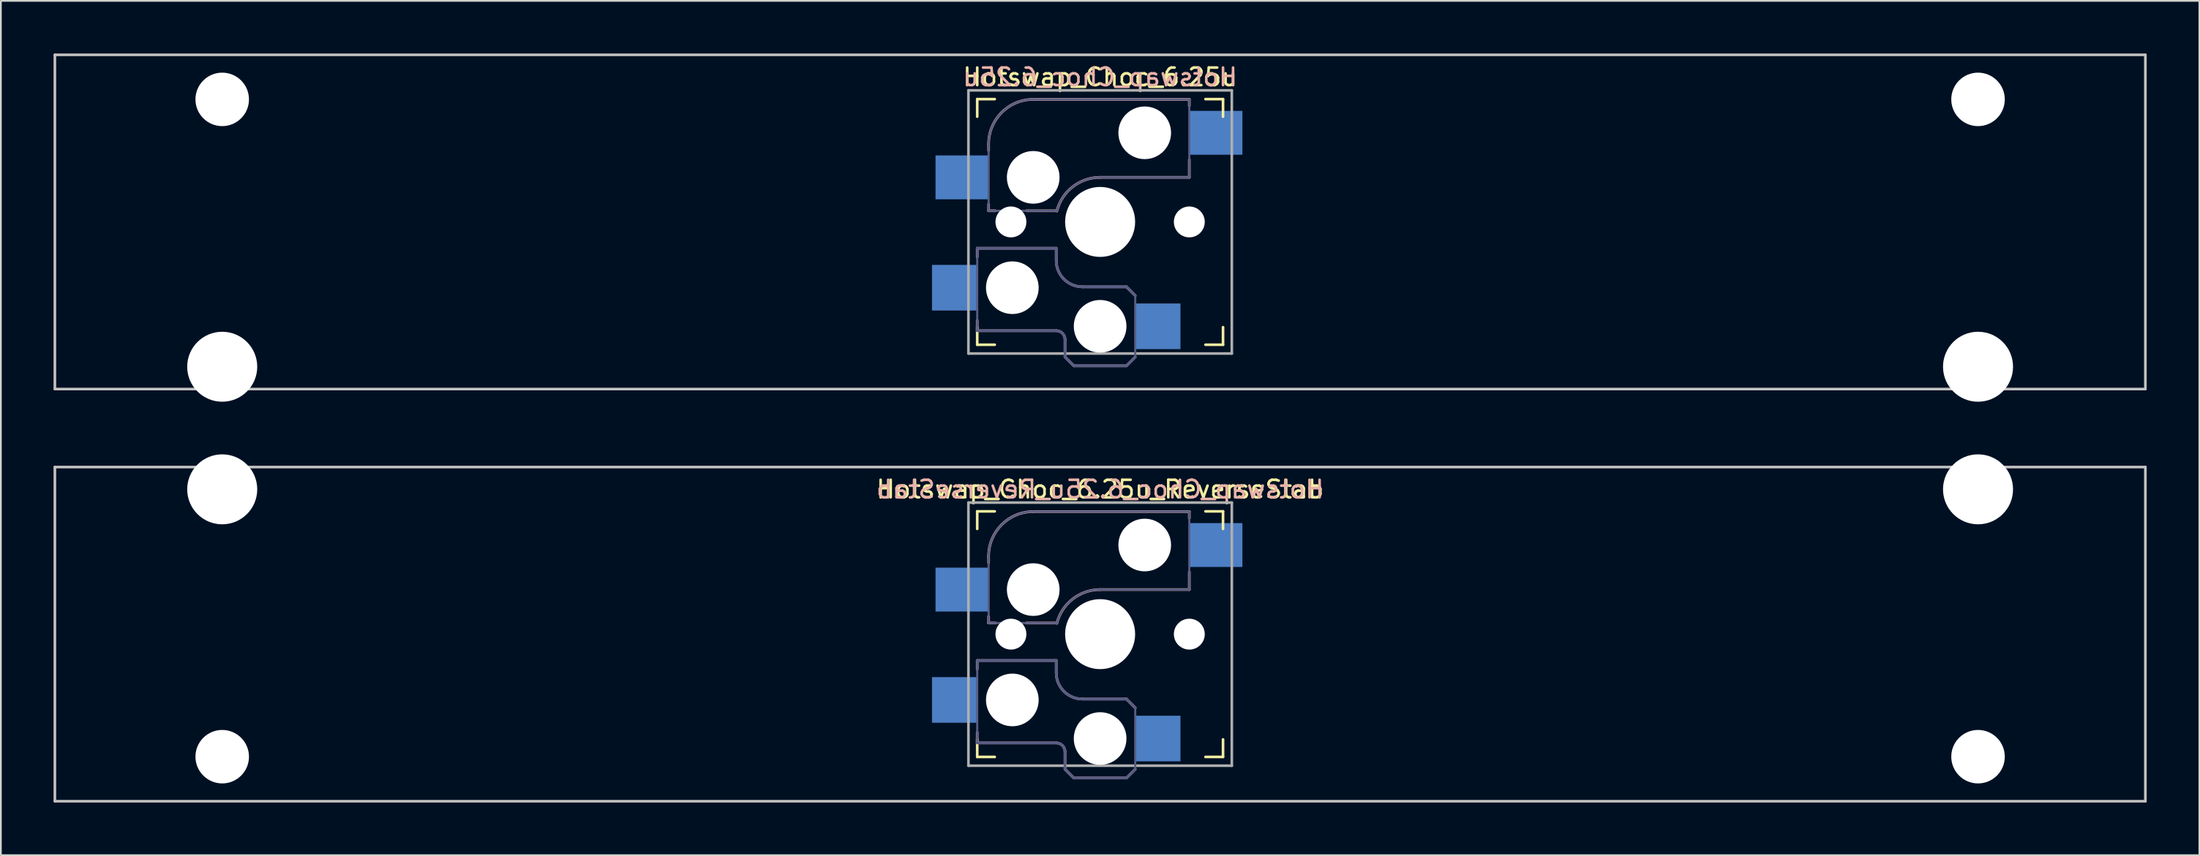
<source format=kicad_pcb>
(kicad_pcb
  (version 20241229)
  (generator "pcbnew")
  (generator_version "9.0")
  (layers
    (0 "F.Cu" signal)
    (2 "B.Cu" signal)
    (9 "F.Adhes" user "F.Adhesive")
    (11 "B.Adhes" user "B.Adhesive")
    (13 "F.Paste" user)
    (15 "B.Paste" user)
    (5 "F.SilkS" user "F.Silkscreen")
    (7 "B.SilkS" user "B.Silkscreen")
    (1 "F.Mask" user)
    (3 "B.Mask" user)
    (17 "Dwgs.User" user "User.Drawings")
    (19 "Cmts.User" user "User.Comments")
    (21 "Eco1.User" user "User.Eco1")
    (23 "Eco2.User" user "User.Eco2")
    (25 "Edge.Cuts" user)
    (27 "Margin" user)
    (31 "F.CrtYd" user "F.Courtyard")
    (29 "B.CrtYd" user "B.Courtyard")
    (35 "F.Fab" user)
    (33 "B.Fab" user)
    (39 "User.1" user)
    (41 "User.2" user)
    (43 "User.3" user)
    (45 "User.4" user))
  (footprint "Hotswap_Choc_6.25u"
    (layer "F.Cu")
    (at 59.606 9.6)
    (property "Reference" "Hotswap_Choc_6.25u" (at 0 -8.255 0) (layer "F.SilkS") (effects (font (size 1 1) (thickness 0.15))))
    (attr through_hole)
    (fp_line (start -7 -6) (end -7 -7) (stroke (width 0.15) (type solid)) (layer "F.SilkS"))
    (fp_line (start -7 7) (end -7 6) (stroke (width 0.15) (type solid)) (layer "F.SilkS"))
    (fp_line (start -7 7) (end -6 7) (stroke (width 0.15) (type solid)) (layer "F.SilkS"))
    (fp_line (start -6 -7) (end -7 -7) (stroke (width 0.15) (type solid)) (layer "F.SilkS"))
    (fp_line (start 6 7) (end 7 7) (stroke (width 0.15) (type solid)) (layer "F.SilkS"))
    (fp_line (start 7 -7) (end 6 -7) (stroke (width 0.15) (type solid)) (layer "F.SilkS"))
    (fp_line (start 7 -7) (end 7 -6) (stroke (width 0.15) (type solid)) (layer "F.SilkS"))
    (fp_line (start 7 6) (end 7 7) (stroke (width 0.15) (type solid)) (layer "F.SilkS"))
    (fp_line (start -7 1.5) (end -7 2) (stroke (width 0.15) (type solid)) (layer "B.SilkS"))
    (fp_line (start -7 5.6) (end -7 6.2) (stroke (width 0.15) (type solid)) (layer "B.SilkS"))
    (fp_line (start -7 6.2) (end -2.5 6.2) (stroke (width 0.15) (type solid)) (layer "B.SilkS"))
    (fp_line (start -6.35 -4.445) (end -6.35 -4.064) (stroke (width 0.15) (type solid)) (layer "B.SilkS"))
    (fp_line (start -6.35 -1.016) (end -6.35 -0.635) (stroke (width 0.15) (type solid)) (layer "B.SilkS"))
    (fp_line (start -6.35 -0.635) (end -5.969 -0.635) (stroke (width 0.15) (type solid)) (layer "B.SilkS"))
    (fp_line (start -4.191 -0.635) (end -2.54 -0.635) (stroke (width 0.15) (type solid)) (layer "B.SilkS"))
    (fp_line (start -2.5 1.5) (end -7 1.5) (stroke (width 0.15) (type solid)) (layer "B.SilkS"))
    (fp_line (start -2.5 2.2) (end -2.5 1.5) (stroke (width 0.15) (type solid)) (layer "B.SilkS"))
    (fp_line (start -2 6.7) (end -2 7.7) (stroke (width 0.15) (type solid)) (layer "B.SilkS"))
    (fp_line (start -1.5 8.2) (end -2 7.7) (stroke (width 0.15) (type solid)) (layer "B.SilkS"))
    (fp_line (start 0 -2.54) (end 5.08 -2.54) (stroke (width 0.15) (type solid)) (layer "B.SilkS"))
    (fp_line (start 1.5 3.7) (end -1 3.7) (stroke (width 0.15) (type solid)) (layer "B.SilkS"))
    (fp_line (start 1.5 8.2) (end -1.5 8.2) (stroke (width 0.15) (type solid)) (layer "B.SilkS"))
    (fp_line (start 2 4.2) (end 1.5 3.7) (stroke (width 0.15) (type solid)) (layer "B.SilkS"))
    (fp_line (start 2 7.7) (end 1.5 8.2) (stroke (width 0.15) (type solid)) (layer "B.SilkS"))
    (fp_line (start 5.08 -6.985) (end -3.81 -6.985) (stroke (width 0.15) (type solid)) (layer "B.SilkS"))
    (fp_line (start 5.08 -6.604) (end 5.08 -6.985) (stroke (width 0.15) (type solid)) (layer "B.SilkS"))
    (fp_line (start 5.08 -2.54) (end 5.08 -3.556) (stroke (width 0.15) (type solid)) (layer "B.SilkS"))
    (fp_arc (start -6.35 -4.445) (mid -5.606051 -6.241051) (end -3.81 -6.985) (stroke (width 0.15) (type solid)) (layer "B.SilkS"))
    (fp_arc (start -2.5 6.2) (mid -2.146447 6.346447) (end -2 6.7) (stroke (width 0.15) (type solid)) (layer "B.SilkS"))
    (fp_arc (start -2.464162 -0.61604) (mid -1.563147 -2.002042) (end 0 -2.54) (stroke (width 0.15) (type solid)) (layer "B.SilkS"))
    (fp_arc (start -1 3.7) (mid -2.06066 3.26066) (end -2.5 2.2) (stroke (width 0.15) (type solid)) (layer "B.SilkS"))
    (fp_line (start -59.531 -9.525) (end 59.531 -9.525) (stroke (width 0.15) (type solid)) (layer "Dwgs.User"))
    (fp_line (start -59.531 9.525) (end -59.531 -9.525) (stroke (width 0.15) (type solid)) (layer "Dwgs.User"))
    (fp_line (start -59.531 9.525) (end 59.531 9.525) (stroke (width 0.15) (type solid)) (layer "Dwgs.User"))
    (fp_line (start 59.531 -9.525) (end 59.531 9.525) (stroke (width 0.15) (type solid)) (layer "Dwgs.User"))
    (fp_line (start -51.651 -5.334) (end -51.651 6.096) (stroke (width 0.152) (type solid)) (layer "Eco2.User"))
    (fp_line (start -51.651 6.096) (end -48.349 6.096) (stroke (width 0.152) (type solid)) (layer "Eco2.User"))
    (fp_line (start -48.349 -5.334) (end -51.651 -5.334) (stroke (width 0.152) (type solid)) (layer "Eco2.User"))
    (fp_line (start -48.349 6.096) (end -48.349 -5.334) (stroke (width 0.152) (type solid)) (layer "Eco2.User"))
    (fp_line (start -6.9 6.9) (end -6.9 -6.9) (stroke (width 0.15) (type solid)) (layer "Eco2.User"))
    (fp_line (start -6.9 6.9) (end 6.9 6.9) (stroke (width 0.15) (type solid)) (layer "Eco2.User"))
    (fp_line (start 6.9 -6.9) (end -6.9 -6.9) (stroke (width 0.15) (type solid)) (layer "Eco2.User"))
    (fp_line (start 6.9 -6.9) (end 6.9 6.9) (stroke (width 0.15) (type solid)) (layer "Eco2.User"))
    (fp_line (start 48.349 -5.334) (end 48.349 6.096) (stroke (width 0.152) (type solid)) (layer "Eco2.User"))
    (fp_line (start 48.349 6.096) (end 51.651 6.096) (stroke (width 0.152) (type solid)) (layer "Eco2.User"))
    (fp_line (start 51.651 -5.334) (end 48.349 -5.334) (stroke (width 0.152) (type solid)) (layer "Eco2.User"))
    (fp_line (start 51.651 6.096) (end 51.651 -5.334) (stroke (width 0.152) (type solid)) (layer "Eco2.User"))
    (fp_line (start -7 1.5) (end -7 6.2) (stroke (width 0.12) (type solid)) (layer "B.Fab"))
    (fp_line (start -7 6.2) (end -2.5 6.2) (stroke (width 0.15) (type solid)) (layer "B.Fab"))
    (fp_line (start -6.35 -4.445) (end -6.35 -0.635) (stroke (width 0.12) (type solid)) (layer "B.Fab"))
    (fp_line (start -6.35 -0.635) (end -2.54 -0.635) (stroke (width 0.12) (type solid)) (layer "B.Fab"))
    (fp_line (start -2.5 1.5) (end -7 1.5) (stroke (width 0.15) (type solid)) (layer "B.Fab"))
    (fp_line (start -2.5 2.2) (end -2.5 1.5) (stroke (width 0.15) (type solid)) (layer "B.Fab"))
    (fp_line (start -2 6.7) (end -2 7.7) (stroke (width 0.15) (type solid)) (layer "B.Fab"))
    (fp_line (start -1.5 8.2) (end -2 7.7) (stroke (width 0.15) (type solid)) (layer "B.Fab"))
    (fp_line (start 0 -2.54) (end 5.08 -2.54) (stroke (width 0.12) (type solid)) (layer "B.Fab"))
    (fp_line (start 1.5 3.7) (end -1 3.7) (stroke (width 0.15) (type solid)) (layer "B.Fab"))
    (fp_line (start 1.5 8.2) (end -1.5 8.2) (stroke (width 0.15) (type solid)) (layer "B.Fab"))
    (fp_line (start 2 4.2) (end 1.5 3.7) (stroke (width 0.15) (type solid)) (layer "B.Fab"))
    (fp_line (start 2 4.25) (end 2 7.7) (stroke (width 0.12) (type solid)) (layer "B.Fab"))
    (fp_line (start 2 7.7) (end 1.5 8.2) (stroke (width 0.15) (type solid)) (layer "B.Fab"))
    (fp_line (start 5.08 -6.985) (end -3.81 -6.985) (stroke (width 0.12) (type solid)) (layer "B.Fab"))
    (fp_line (start 5.08 -2.54) (end 5.08 -6.985) (stroke (width 0.12) (type solid)) (layer "B.Fab"))
    (fp_arc (start -6.35 -4.445) (mid -5.606051 -6.241051) (end -3.81 -6.985) (stroke (width 0.12) (type solid)) (layer "B.Fab"))
    (fp_arc (start -2.5 6.2) (mid -2.146447 6.346447) (end -2 6.7) (stroke (width 0.15) (type solid)) (layer "B.Fab"))
    (fp_arc (start -2.464162 -0.61604) (mid -1.563147 -2.002042) (end 0 -2.54) (stroke (width 0.12) (type solid)) (layer "B.Fab"))
    (fp_arc (start -1 3.7) (mid -2.06066 3.26066) (end -2.5 2.2) (stroke (width 0.15) (type solid)) (layer "B.Fab"))
    (fp_line (start -7.5 -7.5) (end 7.5 -7.5) (stroke (width 0.15) (type solid)) (layer "F.Fab"))
    (fp_line (start -7.5 7.5) (end -7.5 -7.5) (stroke (width 0.15) (type solid)) (layer "F.Fab"))
    (fp_line (start 7.5 -7.5) (end 7.5 7.5) (stroke (width 0.15) (type solid)) (layer "F.Fab"))
    (fp_line (start 7.5 7.5) (end -7.5 7.5) (stroke (width 0.15) (type solid)) (layer "F.Fab"))
    (fp_text user "${REFERENCE}" (at 0 -8.255 0) (layer "B.SilkS") (effects (font (size 1 1) (thickness 0.15)) (justify mirror)))
    (pad "" np_thru_hole circle (at -50 -6.985) (size 3.048 3.048) (drill 3.048) (layers "*.Cu" "*.Mask"))
    (pad "" np_thru_hole circle (at -50 8.255) (size 3.988 3.988) (drill 3.988) (layers "*.Cu" "*.Mask"))
    (pad "" np_thru_hole circle (at -5.08 0 180) (size 1.76 1.76) (drill 1.76) (layers "*.Cu" "*.Mask"))
    (pad "" np_thru_hole circle (at -5 3.75) (size 3 3) (drill 3) (layers "*.Cu" "*.Mask"))
    (pad "" np_thru_hole circle (at -3.81 -2.54 180) (size 3 3) (drill 3) (layers "*.Cu" "*.Mask"))
    (pad "" np_thru_hole circle (at 0 0 180) (size 3.988 3.988) (drill 3.988) (layers "*.Cu" "*.Mask"))
    (pad "" np_thru_hole circle (at 0 5.95) (size 3 3) (drill 3) (layers "*.Cu" "*.Mask"))
    (pad "" np_thru_hole circle (at 2.54 -5.08 180) (size 3 3) (drill 3) (layers "*.Cu" "*.Mask"))
    (pad "" np_thru_hole circle (at 5.08 0 180) (size 1.76 1.76) (drill 1.76) (layers "*.Cu" "*.Mask"))
    (pad "" np_thru_hole circle (at 50 -6.985) (size 3.048 3.048) (drill 3.048) (layers "*.Cu" "*.Mask"))
    (pad "" np_thru_hole circle (at 50 8.255) (size 3.988 3.988) (drill 3.988) (layers "*.Cu" "*.Mask"))
    (pad "1" smd rect (at -8.275 3.75) (size 2.6 2.6) (layers "B.Cu" "B.Mask" "B.Paste"))
    (pad "1" smd rect (at -7.874 -2.54 180) (size 3 2.5) (layers "B.Cu" "B.Mask" "B.Paste"))
    (pad "2" smd rect (at 3.275 5.95) (size 2.6 2.6) (layers "B.Cu" "B.Mask" "B.Paste"))
    (pad "2" smd rect (at 6.604 -5.08 180) (size 3 2.5) (layers "B.Cu" "B.Mask" "B.Paste")))
  (footprint "Hotswap_Choc_6.25u_ReverseStab"
    (layer "F.Cu")
    (at 59.606 33.098)
    (property "Reference" "Hotswap_Choc_6.25u_ReverseStab" (at 0 -8.255 0) (layer "F.SilkS") (effects (font (size 1 1) (thickness 0.15))))
    (attr through_hole)
    (fp_line (start -7 -6) (end -7 -7) (stroke (width 0.15) (type solid)) (layer "F.SilkS"))
    (fp_line (start -7 7) (end -7 6) (stroke (width 0.15) (type solid)) (layer "F.SilkS"))
    (fp_line (start -7 7) (end -6 7) (stroke (width 0.15) (type solid)) (layer "F.SilkS"))
    (fp_line (start -6 -7) (end -7 -7) (stroke (width 0.15) (type solid)) (layer "F.SilkS"))
    (fp_line (start 6 7) (end 7 7) (stroke (width 0.15) (type solid)) (layer "F.SilkS"))
    (fp_line (start 7 -7) (end 6 -7) (stroke (width 0.15) (type solid)) (layer "F.SilkS"))
    (fp_line (start 7 -7) (end 7 -6) (stroke (width 0.15) (type solid)) (layer "F.SilkS"))
    (fp_line (start 7 6) (end 7 7) (stroke (width 0.15) (type solid)) (layer "F.SilkS"))
    (fp_line (start -7 1.5) (end -7 2) (stroke (width 0.15) (type solid)) (layer "B.SilkS"))
    (fp_line (start -7 5.6) (end -7 6.2) (stroke (width 0.15) (type solid)) (layer "B.SilkS"))
    (fp_line (start -7 6.2) (end -2.5 6.2) (stroke (width 0.15) (type solid)) (layer "B.SilkS"))
    (fp_line (start -6.35 -4.445) (end -6.35 -4.064) (stroke (width 0.15) (type solid)) (layer "B.SilkS"))
    (fp_line (start -6.35 -1.016) (end -6.35 -0.635) (stroke (width 0.15) (type solid)) (layer "B.SilkS"))
    (fp_line (start -6.35 -0.635) (end -5.969 -0.635) (stroke (width 0.15) (type solid)) (layer "B.SilkS"))
    (fp_line (start -4.191 -0.635) (end -2.54 -0.635) (stroke (width 0.15) (type solid)) (layer "B.SilkS"))
    (fp_line (start -2.5 1.5) (end -7 1.5) (stroke (width 0.15) (type solid)) (layer "B.SilkS"))
    (fp_line (start -2.5 2.2) (end -2.5 1.5) (stroke (width 0.15) (type solid)) (layer "B.SilkS"))
    (fp_line (start -2 6.7) (end -2 7.7) (stroke (width 0.15) (type solid)) (layer "B.SilkS"))
    (fp_line (start -1.5 8.2) (end -2 7.7) (stroke (width 0.15) (type solid)) (layer "B.SilkS"))
    (fp_line (start 0 -2.54) (end 5.08 -2.54) (stroke (width 0.15) (type solid)) (layer "B.SilkS"))
    (fp_line (start 1.5 3.7) (end -1 3.7) (stroke (width 0.15) (type solid)) (layer "B.SilkS"))
    (fp_line (start 1.5 8.2) (end -1.5 8.2) (stroke (width 0.15) (type solid)) (layer "B.SilkS"))
    (fp_line (start 2 4.2) (end 1.5 3.7) (stroke (width 0.15) (type solid)) (layer "B.SilkS"))
    (fp_line (start 2 7.7) (end 1.5 8.2) (stroke (width 0.15) (type solid)) (layer "B.SilkS"))
    (fp_line (start 5.08 -6.985) (end -3.81 -6.985) (stroke (width 0.15) (type solid)) (layer "B.SilkS"))
    (fp_line (start 5.08 -6.604) (end 5.08 -6.985) (stroke (width 0.15) (type solid)) (layer "B.SilkS"))
    (fp_line (start 5.08 -2.54) (end 5.08 -3.556) (stroke (width 0.15) (type solid)) (layer "B.SilkS"))
    (fp_arc (start -6.35 -4.445) (mid -5.606051 -6.241051) (end -3.81 -6.985) (stroke (width 0.15) (type solid)) (layer "B.SilkS"))
    (fp_arc (start -2.5 6.2) (mid -2.146447 6.346447) (end -2 6.7) (stroke (width 0.15) (type solid)) (layer "B.SilkS"))
    (fp_arc (start -2.464162 -0.61604) (mid -1.563147 -2.002042) (end 0 -2.54) (stroke (width 0.15) (type solid)) (layer "B.SilkS"))
    (fp_arc (start -1 3.7) (mid -2.06066 3.26066) (end -2.5 2.2) (stroke (width 0.15) (type solid)) (layer "B.SilkS"))
    (fp_line (start -59.531 -9.525) (end 59.531 -9.525) (stroke (width 0.15) (type solid)) (layer "Dwgs.User"))
    (fp_line (start -59.531 9.525) (end -59.531 -9.525) (stroke (width 0.15) (type solid)) (layer "Dwgs.User"))
    (fp_line (start -59.531 9.525) (end 59.531 9.525) (stroke (width 0.15) (type solid)) (layer "Dwgs.User"))
    (fp_line (start 59.531 -9.525) (end 59.531 9.525) (stroke (width 0.15) (type solid)) (layer "Dwgs.User"))
    (fp_line (start -51.651 -6.096) (end -51.651 5.334) (stroke (width 0.152) (type solid)) (layer "Eco2.User"))
    (fp_line (start -51.651 5.334) (end -48.349 5.334) (stroke (width 0.152) (type solid)) (layer "Eco2.User"))
    (fp_line (start -48.349 -6.096) (end -51.651 -6.096) (stroke (width 0.152) (type solid)) (layer "Eco2.User"))
    (fp_line (start -48.349 5.334) (end -48.349 -6.096) (stroke (width 0.152) (type solid)) (layer "Eco2.User"))
    (fp_line (start -6.9 6.9) (end -6.9 -6.9) (stroke (width 0.15) (type solid)) (layer "Eco2.User"))
    (fp_line (start -6.9 6.9) (end 6.9 6.9) (stroke (width 0.15) (type solid)) (layer "Eco2.User"))
    (fp_line (start 6.9 -6.9) (end -6.9 -6.9) (stroke (width 0.15) (type solid)) (layer "Eco2.User"))
    (fp_line (start 6.9 -6.9) (end 6.9 6.9) (stroke (width 0.15) (type solid)) (layer "Eco2.User"))
    (fp_line (start 48.349 -6.096) (end 48.349 5.334) (stroke (width 0.152) (type solid)) (layer "Eco2.User"))
    (fp_line (start 48.349 5.334) (end 51.651 5.334) (stroke (width 0.152) (type solid)) (layer "Eco2.User"))
    (fp_line (start 51.651 -6.096) (end 48.349 -6.096) (stroke (width 0.152) (type solid)) (layer "Eco2.User"))
    (fp_line (start 51.651 5.334) (end 51.651 -6.096) (stroke (width 0.152) (type solid)) (layer "Eco2.User"))
    (fp_line (start -7 1.5) (end -7 6.2) (stroke (width 0.12) (type solid)) (layer "B.Fab"))
    (fp_line (start -7 6.2) (end -2.5 6.2) (stroke (width 0.15) (type solid)) (layer "B.Fab"))
    (fp_line (start -6.35 -4.445) (end -6.35 -0.635) (stroke (width 0.12) (type solid)) (layer "B.Fab"))
    (fp_line (start -6.35 -0.635) (end -2.54 -0.635) (stroke (width 0.12) (type solid)) (layer "B.Fab"))
    (fp_line (start -2.5 1.5) (end -7 1.5) (stroke (width 0.15) (type solid)) (layer "B.Fab"))
    (fp_line (start -2.5 2.2) (end -2.5 1.5) (stroke (width 0.15) (type solid)) (layer "B.Fab"))
    (fp_line (start -2 6.7) (end -2 7.7) (stroke (width 0.15) (type solid)) (layer "B.Fab"))
    (fp_line (start -1.5 8.2) (end -2 7.7) (stroke (width 0.15) (type solid)) (layer "B.Fab"))
    (fp_line (start 0 -2.54) (end 5.08 -2.54) (stroke (width 0.12) (type solid)) (layer "B.Fab"))
    (fp_line (start 1.5 3.7) (end -1 3.7) (stroke (width 0.15) (type solid)) (layer "B.Fab"))
    (fp_line (start 1.5 8.2) (end -1.5 8.2) (stroke (width 0.15) (type solid)) (layer "B.Fab"))
    (fp_line (start 2 4.2) (end 1.5 3.7) (stroke (width 0.15) (type solid)) (layer "B.Fab"))
    (fp_line (start 2 4.25) (end 2 7.7) (stroke (width 0.12) (type solid)) (layer "B.Fab"))
    (fp_line (start 2 7.7) (end 1.5 8.2) (stroke (width 0.15) (type solid)) (layer "B.Fab"))
    (fp_line (start 5.08 -6.985) (end -3.81 -6.985) (stroke (width 0.12) (type solid)) (layer "B.Fab"))
    (fp_line (start 5.08 -2.54) (end 5.08 -6.985) (stroke (width 0.12) (type solid)) (layer "B.Fab"))
    (fp_arc (start -6.35 -4.445) (mid -5.606051 -6.241051) (end -3.81 -6.985) (stroke (width 0.12) (type solid)) (layer "B.Fab"))
    (fp_arc (start -2.5 6.2) (mid -2.146447 6.346447) (end -2 6.7) (stroke (width 0.15) (type solid)) (layer "B.Fab"))
    (fp_arc (start -2.464162 -0.61604) (mid -1.563147 -2.002042) (end 0 -2.54) (stroke (width 0.12) (type solid)) (layer "B.Fab"))
    (fp_arc (start -1 3.7) (mid -2.06066 3.26066) (end -2.5 2.2) (stroke (width 0.15) (type solid)) (layer "B.Fab"))
    (fp_line (start -7.5 -7.5) (end 7.5 -7.5) (stroke (width 0.15) (type solid)) (layer "F.Fab"))
    (fp_line (start -7.5 7.5) (end -7.5 -7.5) (stroke (width 0.15) (type solid)) (layer "F.Fab"))
    (fp_line (start 7.5 -7.5) (end 7.5 7.5) (stroke (width 0.15) (type solid)) (layer "F.Fab"))
    (fp_line (start 7.5 7.5) (end -7.5 7.5) (stroke (width 0.15) (type solid)) (layer "F.Fab"))
    (fp_text user "${REFERENCE}" (at 0 -8.255 0) (layer "B.SilkS") (effects (font (size 1 1) (thickness 0.15)) (justify mirror)))
    (pad "" np_thru_hole circle (at -50 -8.255 180) (size 3.988 3.988) (drill 3.988) (layers "*.Cu" "*.Mask"))
    (pad "" np_thru_hole circle (at -50 6.985 180) (size 3.048 3.048) (drill 3.048) (layers "*.Cu" "*.Mask"))
    (pad "" np_thru_hole circle (at -5.08 0 180) (size 1.76 1.76) (drill 1.76) (layers "*.Cu" "*.Mask"))
    (pad "" np_thru_hole circle (at -5 3.75) (size 3 3) (drill 3) (layers "*.Cu" "*.Mask"))
    (pad "" np_thru_hole circle (at -3.81 -2.54 180) (size 3 3) (drill 3) (layers "*.Cu" "*.Mask"))
    (pad "" np_thru_hole circle (at 0 0 180) (size 3.988 3.988) (drill 3.988) (layers "*.Cu" "*.Mask"))
    (pad "" np_thru_hole circle (at 0 5.95) (size 3 3) (drill 3) (layers "*.Cu" "*.Mask"))
    (pad "" np_thru_hole circle (at 2.54 -5.08 180) (size 3 3) (drill 3) (layers "*.Cu" "*.Mask"))
    (pad "" np_thru_hole circle (at 5.08 0 180) (size 1.76 1.76) (drill 1.76) (layers "*.Cu" "*.Mask"))
    (pad "" np_thru_hole circle (at 50 -8.255 180) (size 3.988 3.988) (drill 3.988) (layers "*.Cu" "*.Mask"))
    (pad "" np_thru_hole circle (at 50 6.985 180) (size 3.048 3.048) (drill 3.048) (layers "*.Cu" "*.Mask"))
    (pad "1" smd rect (at -8.275 3.75) (size 2.6 2.6) (layers "B.Cu" "B.Mask" "B.Paste"))
    (pad "1" smd rect (at -7.874 -2.54 180) (size 3 2.5) (layers "B.Cu" "B.Mask" "B.Paste"))
    (pad "2" smd rect (at 3.275 5.95) (size 2.6 2.6) (layers "B.Cu" "B.Mask" "B.Paste"))
    (pad "2" smd rect (at 6.604 -5.08 180) (size 3 2.5) (layers "B.Cu" "B.Mask" "B.Paste")))
  (gr_rect
    (start -3 -3)
    (end 122.213 45.698)
    (stroke (width 0.1) (type default))
    (fill no)
    (layer "Edge.Cuts")))
</source>
